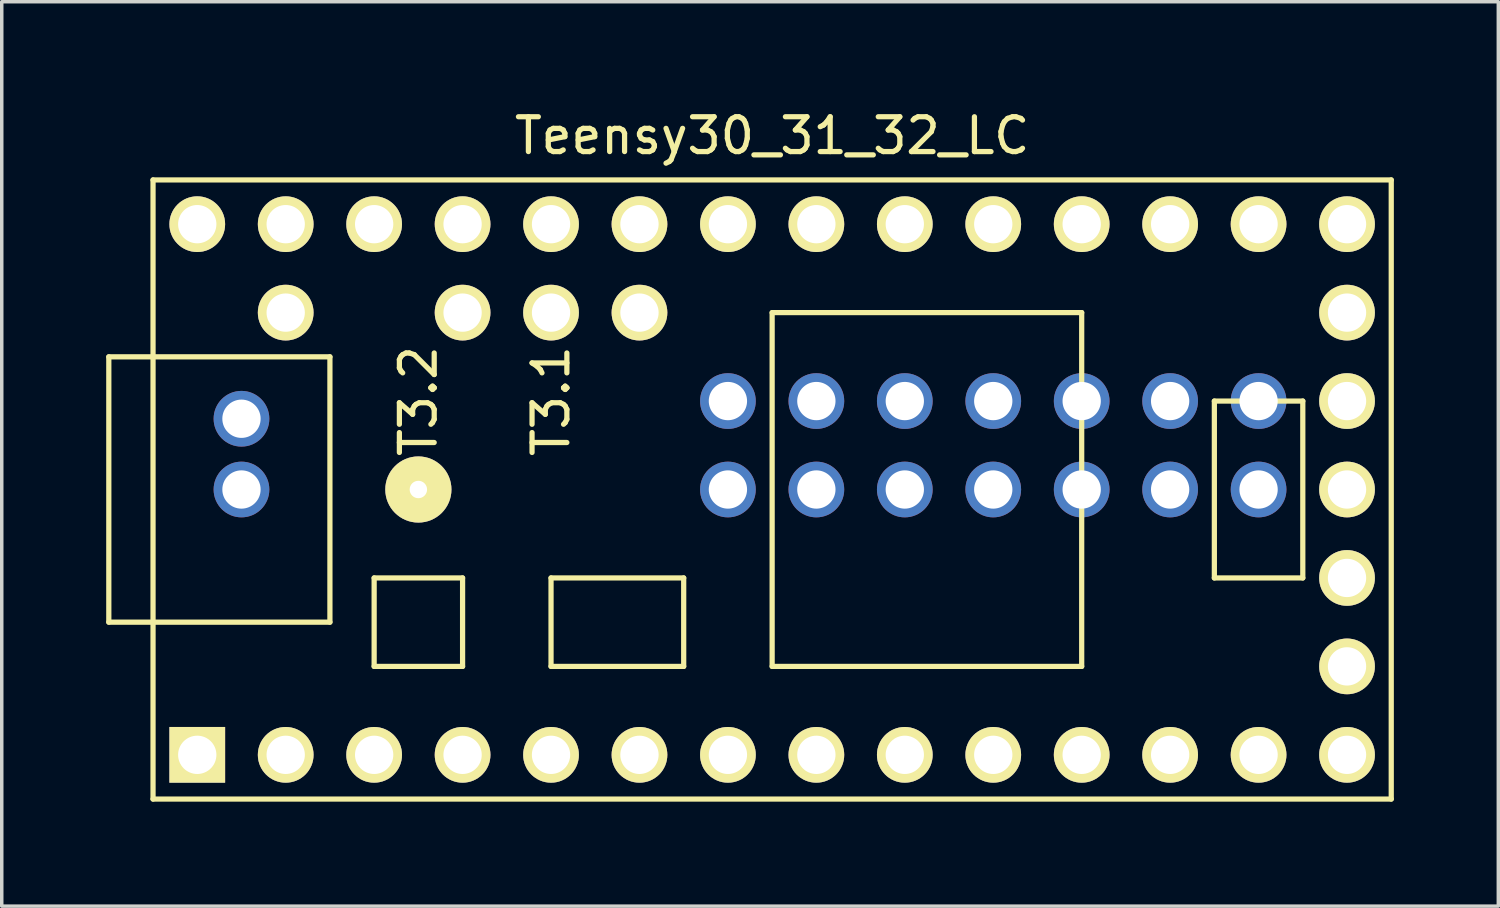
<source format=kicad_pcb>
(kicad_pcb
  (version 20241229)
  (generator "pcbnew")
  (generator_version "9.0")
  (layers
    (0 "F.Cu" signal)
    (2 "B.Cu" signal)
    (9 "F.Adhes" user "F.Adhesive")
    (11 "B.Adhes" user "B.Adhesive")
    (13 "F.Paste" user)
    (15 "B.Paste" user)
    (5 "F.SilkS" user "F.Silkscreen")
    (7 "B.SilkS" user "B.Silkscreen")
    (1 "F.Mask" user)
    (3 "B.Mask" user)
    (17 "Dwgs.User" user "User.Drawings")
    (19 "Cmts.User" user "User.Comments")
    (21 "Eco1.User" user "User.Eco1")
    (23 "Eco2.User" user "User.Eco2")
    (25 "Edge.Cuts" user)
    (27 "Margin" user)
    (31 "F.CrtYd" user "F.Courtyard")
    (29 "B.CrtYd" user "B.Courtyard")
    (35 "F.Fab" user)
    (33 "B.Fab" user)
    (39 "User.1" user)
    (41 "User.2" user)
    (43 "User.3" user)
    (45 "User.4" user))
  (footprint "Teensy30_31_32_LC"
    (layer "F.Cu")
    (at 19.125 11.008)
    (property "Reference" "Teensy30_31_32_LC" (at 0 -10.16 0) (layer "F.SilkS") (effects (font (size 1 1) (thickness 0.15))))
    (attr through_hole)
    (fp_line (start -19.05 -3.81) (end -17.78 -3.81) (stroke (width 0.15) (type solid)) (layer "F.SilkS"))
    (fp_line (start -19.05 3.81) (end -19.05 -3.81) (stroke (width 0.15) (type solid)) (layer "F.SilkS"))
    (fp_line (start -17.78 -8.89) (end 17.78 -8.89) (stroke (width 0.15) (type solid)) (layer "F.SilkS"))
    (fp_line (start -17.78 3.81) (end -19.05 3.81) (stroke (width 0.15) (type solid)) (layer "F.SilkS"))
    (fp_line (start -17.78 8.89) (end -17.78 -8.89) (stroke (width 0.15) (type solid)) (layer "F.SilkS"))
    (fp_line (start -12.7 -3.81) (end -17.78 -3.81) (stroke (width 0.15) (type solid)) (layer "F.SilkS"))
    (fp_line (start -12.7 3.81) (end -17.78 3.81) (stroke (width 0.15) (type solid)) (layer "F.SilkS"))
    (fp_line (start -12.7 3.81) (end -12.7 -3.81) (stroke (width 0.15) (type solid)) (layer "F.SilkS"))
    (fp_line (start -11.43 2.54) (end -11.43 5.08) (stroke (width 0.15) (type solid)) (layer "F.SilkS"))
    (fp_line (start -11.43 5.08) (end -8.89 5.08) (stroke (width 0.15) (type solid)) (layer "F.SilkS"))
    (fp_line (start -8.89 2.54) (end -11.43 2.54) (stroke (width 0.15) (type solid)) (layer "F.SilkS"))
    (fp_line (start -8.89 5.08) (end -8.89 2.54) (stroke (width 0.15) (type solid)) (layer "F.SilkS"))
    (fp_line (start -6.35 2.54) (end -6.35 5.08) (stroke (width 0.15) (type solid)) (layer "F.SilkS"))
    (fp_line (start -6.35 5.08) (end -2.54 5.08) (stroke (width 0.15) (type solid)) (layer "F.SilkS"))
    (fp_line (start -2.54 2.54) (end -6.35 2.54) (stroke (width 0.15) (type solid)) (layer "F.SilkS"))
    (fp_line (start -2.54 5.08) (end -2.54 2.54) (stroke (width 0.15) (type solid)) (layer "F.SilkS"))
    (fp_line (start 0 -5.08) (end 0 5.08) (stroke (width 0.15) (type solid)) (layer "F.SilkS"))
    (fp_line (start 8.89 -5.08) (end 0 -5.08) (stroke (width 0.15) (type solid)) (layer "F.SilkS"))
    (fp_line (start 8.89 5.08) (end 0 5.08) (stroke (width 0.15) (type solid)) (layer "F.SilkS"))
    (fp_line (start 8.89 5.08) (end 8.89 -5.08) (stroke (width 0.15) (type solid)) (layer "F.SilkS"))
    (fp_line (start 12.7 -2.54) (end 15.24 -2.54) (stroke (width 0.15) (type solid)) (layer "F.SilkS"))
    (fp_line (start 12.7 2.54) (end 12.7 -2.54) (stroke (width 0.15) (type solid)) (layer "F.SilkS"))
    (fp_line (start 15.24 -2.54) (end 15.24 2.54) (stroke (width 0.15) (type solid)) (layer "F.SilkS"))
    (fp_line (start 15.24 2.54) (end 12.7 2.54) (stroke (width 0.15) (type solid)) (layer "F.SilkS"))
    (fp_line (start 17.78 -8.89) (end 17.78 8.89) (stroke (width 0.15) (type solid)) (layer "F.SilkS"))
    (fp_line (start 17.78 8.89) (end -17.78 8.89) (stroke (width 0.15) (type solid)) (layer "F.SilkS"))
    (fp_text user "T3.2" (at -10.16 -2.54 90) (layer "F.SilkS") (effects (font (size 1 1) (thickness 0.15))))
    (fp_text user "T3.1" (at -6.35 -2.54 90) (layer "F.SilkS") (effects (font (size 1 1) (thickness 0.15))))
    (pad "1" thru_hole rect (at -16.51 7.62) (size 1.6 1.6) (drill 1.1) (layers "*.Cu" "*.Mask" "F.SilkS"))
    (pad "2" thru_hole circle (at -13.97 7.62) (size 1.6 1.6) (drill 1.1) (layers "*.Cu" "*.Mask" "F.SilkS"))
    (pad "3" thru_hole circle (at -11.43 7.62) (size 1.6 1.6) (drill 1.1) (layers "*.Cu" "*.Mask" "F.SilkS"))
    (pad "4" thru_hole circle (at -8.89 7.62) (size 1.6 1.6) (drill 1.1) (layers "*.Cu" "*.Mask" "F.SilkS"))
    (pad "5" thru_hole circle (at -6.35 7.62) (size 1.6 1.6) (drill 1.1) (layers "*.Cu" "*.Mask" "F.SilkS"))
    (pad "6" thru_hole circle (at -3.81 7.62) (size 1.6 1.6) (drill 1.1) (layers "*.Cu" "*.Mask" "F.SilkS"))
    (pad "7" thru_hole circle (at -1.27 7.62) (size 1.6 1.6) (drill 1.1) (layers "*.Cu" "*.Mask" "F.SilkS"))
    (pad "8" thru_hole circle (at 1.27 7.62) (size 1.6 1.6) (drill 1.1) (layers "*.Cu" "*.Mask" "F.SilkS"))
    (pad "9" thru_hole circle (at 3.81 7.62) (size 1.6 1.6) (drill 1.1) (layers "*.Cu" "*.Mask" "F.SilkS"))
    (pad "10" thru_hole circle (at 6.35 7.62) (size 1.6 1.6) (drill 1.1) (layers "*.Cu" "*.Mask" "F.SilkS"))
    (pad "11" thru_hole circle (at 8.89 7.62) (size 1.6 1.6) (drill 1.1) (layers "*.Cu" "*.Mask" "F.SilkS"))
    (pad "12" thru_hole circle (at 11.43 7.62) (size 1.6 1.6) (drill 1.1) (layers "*.Cu" "*.Mask" "F.SilkS"))
    (pad "13" thru_hole circle (at 13.97 7.62) (size 1.6 1.6) (drill 1.1) (layers "*.Cu" "*.Mask" "F.SilkS"))
    (pad "14" thru_hole circle (at 16.51 7.62) (size 1.6 1.6) (drill 1.1) (layers "*.Cu" "*.Mask" "F.SilkS"))
    (pad "15" thru_hole circle (at 16.51 5.08) (size 1.6 1.6) (drill 1.1) (layers "*.Cu" "*.Mask" "F.SilkS"))
    (pad "16" thru_hole circle (at 16.51 2.54) (size 1.6 1.6) (drill 1.1) (layers "*.Cu" "*.Mask" "F.SilkS"))
    (pad "17" thru_hole circle (at 16.51 0) (size 1.6 1.6) (drill 1.1) (layers "*.Cu" "*.Mask" "F.SilkS"))
    (pad "18" thru_hole circle (at 16.51 -2.54) (size 1.6 1.6) (drill 1.1) (layers "*.Cu" "*.Mask" "F.SilkS"))
    (pad "19" thru_hole circle (at 16.51 -5.08) (size 1.6 1.6) (drill 1.1) (layers "*.Cu" "*.Mask" "F.SilkS"))
    (pad "20" thru_hole circle (at 16.51 -7.62) (size 1.6 1.6) (drill 1.1) (layers "*.Cu" "*.Mask" "F.SilkS"))
    (pad "21" thru_hole circle (at 13.97 -7.62) (size 1.6 1.6) (drill 1.1) (layers "*.Cu" "*.Mask" "F.SilkS"))
    (pad "22" thru_hole circle (at 11.43 -7.62) (size 1.6 1.6) (drill 1.1) (layers "*.Cu" "*.Mask" "F.SilkS"))
    (pad "23" thru_hole circle (at 8.89 -7.62) (size 1.6 1.6) (drill 1.1) (layers "*.Cu" "*.Mask" "F.SilkS"))
    (pad "24" thru_hole circle (at 6.35 -7.62) (size 1.6 1.6) (drill 1.1) (layers "*.Cu" "*.Mask" "F.SilkS"))
    (pad "25" thru_hole circle (at 3.81 -7.62) (size 1.6 1.6) (drill 1.1) (layers "*.Cu" "*.Mask" "F.SilkS"))
    (pad "26" thru_hole circle (at 1.27 -7.62) (size 1.6 1.6) (drill 1.1) (layers "*.Cu" "*.Mask" "F.SilkS"))
    (pad "27" thru_hole circle (at -1.27 -7.62) (size 1.6 1.6) (drill 1.1) (layers "*.Cu" "*.Mask" "F.SilkS"))
    (pad "28" thru_hole circle (at -3.81 -7.62) (size 1.6 1.6) (drill 1.1) (layers "*.Cu" "*.Mask" "F.SilkS"))
    (pad "29" thru_hole circle (at -6.35 -7.62) (size 1.6 1.6) (drill 1.1) (layers "*.Cu" "*.Mask" "F.SilkS"))
    (pad "30" thru_hole circle (at -8.89 -7.62) (size 1.6 1.6) (drill 1.1) (layers "*.Cu" "*.Mask" "F.SilkS"))
    (pad "31" thru_hole circle (at -11.43 -7.62) (size 1.6 1.6) (drill 1.1) (layers "*.Cu" "*.Mask" "F.SilkS"))
    (pad "32" thru_hole circle (at -13.97 -7.62) (size 1.6 1.6) (drill 1.1) (layers "*.Cu" "*.Mask" "F.SilkS"))
    (pad "33" thru_hole circle (at -16.51 -7.62) (size 1.6 1.6) (drill 1.1) (layers "*.Cu" "*.Mask" "F.SilkS"))
    (pad "34" thru_hole circle (at -13.97 -5.08) (size 1.6 1.6) (drill 1.1) (layers "*.Cu" "*.Mask" "F.SilkS"))
    (pad "35" thru_hole circle (at -8.89 -5.08) (size 1.6 1.6) (drill 1.1) (layers "*.Cu" "*.Mask" "F.SilkS"))
    (pad "36" thru_hole circle (at -6.35 -5.08) (size 1.6 1.6) (drill 1.1) (layers "*.Cu" "*.Mask" "F.SilkS"))
    (pad "37" thru_hole circle (at -3.81 -5.08) (size 1.6 1.6) (drill 1.1) (layers "*.Cu" "*.Mask" "F.SilkS"))
    (pad "38" thru_hole circle (at -1.27 0) (size 1.6 1.6) (drill 1.1) (layers "*.Cu" "*.Mask"))
    (pad "39" thru_hole circle (at 1.27 0) (size 1.6 1.6) (drill 1.1) (layers "*.Cu" "*.Mask"))
    (pad "40" thru_hole circle (at 3.81 0) (size 1.6 1.6) (drill 1.1) (layers "*.Cu" "*.Mask"))
    (pad "41" thru_hole circle (at 6.35 0) (size 1.6 1.6) (drill 1.1) (layers "*.Cu" "*.Mask"))
    (pad "42" thru_hole circle (at 8.89 0) (size 1.6 1.6) (drill 1.1) (layers "*.Cu" "*.Mask"))
    (pad "43" thru_hole circle (at 11.43 0) (size 1.6 1.6) (drill 1.1) (layers "*.Cu" "*.Mask"))
    (pad "44" thru_hole circle (at 13.97 0) (size 1.6 1.6) (drill 1.1) (layers "*.Cu" "*.Mask"))
    (pad "45" thru_hole circle (at 13.97 -2.54) (size 1.6 1.6) (drill 1.1) (layers "*.Cu" "*.Mask"))
    (pad "46" thru_hole circle (at 11.43 -2.54) (size 1.6 1.6) (drill 1.1) (layers "*.Cu" "*.Mask"))
    (pad "47" thru_hole circle (at 8.89 -2.54) (size 1.6 1.6) (drill 1.1) (layers "*.Cu" "*.Mask"))
    (pad "48" thru_hole circle (at 6.35 -2.54) (size 1.6 1.6) (drill 1.1) (layers "*.Cu" "*.Mask"))
    (pad "49" thru_hole circle (at 3.81 -2.54) (size 1.6 1.6) (drill 1.1) (layers "*.Cu" "*.Mask"))
    (pad "50" thru_hole circle (at 1.27 -2.54) (size 1.6 1.6) (drill 1.1) (layers "*.Cu" "*.Mask"))
    (pad "51" thru_hole circle (at -1.27 -2.54) (size 1.6 1.6) (drill 1.1) (layers "*.Cu" "*.Mask"))
    (pad "52" thru_hole circle (at -10.16 0) (size 1.9 1.9) (drill 0.5) (layers "*.Cu" "*.Mask" "F.SilkS"))
    (pad "53" thru_hole circle (at -15.24 0) (size 1.6 1.6) (drill 1.1) (layers "*.Cu" "*.Mask"))
    (pad "54" thru_hole circle (at -15.24 -2.032) (size 1.6 1.6) (drill 1.1) (layers "*.Cu" "*.Mask")))
  (gr_rect
    (start -3 -3)
    (end 39.98 22.973)
    (stroke (width 0.1) (type default))
    (fill no)
    (layer "Edge.Cuts")))
</source>
